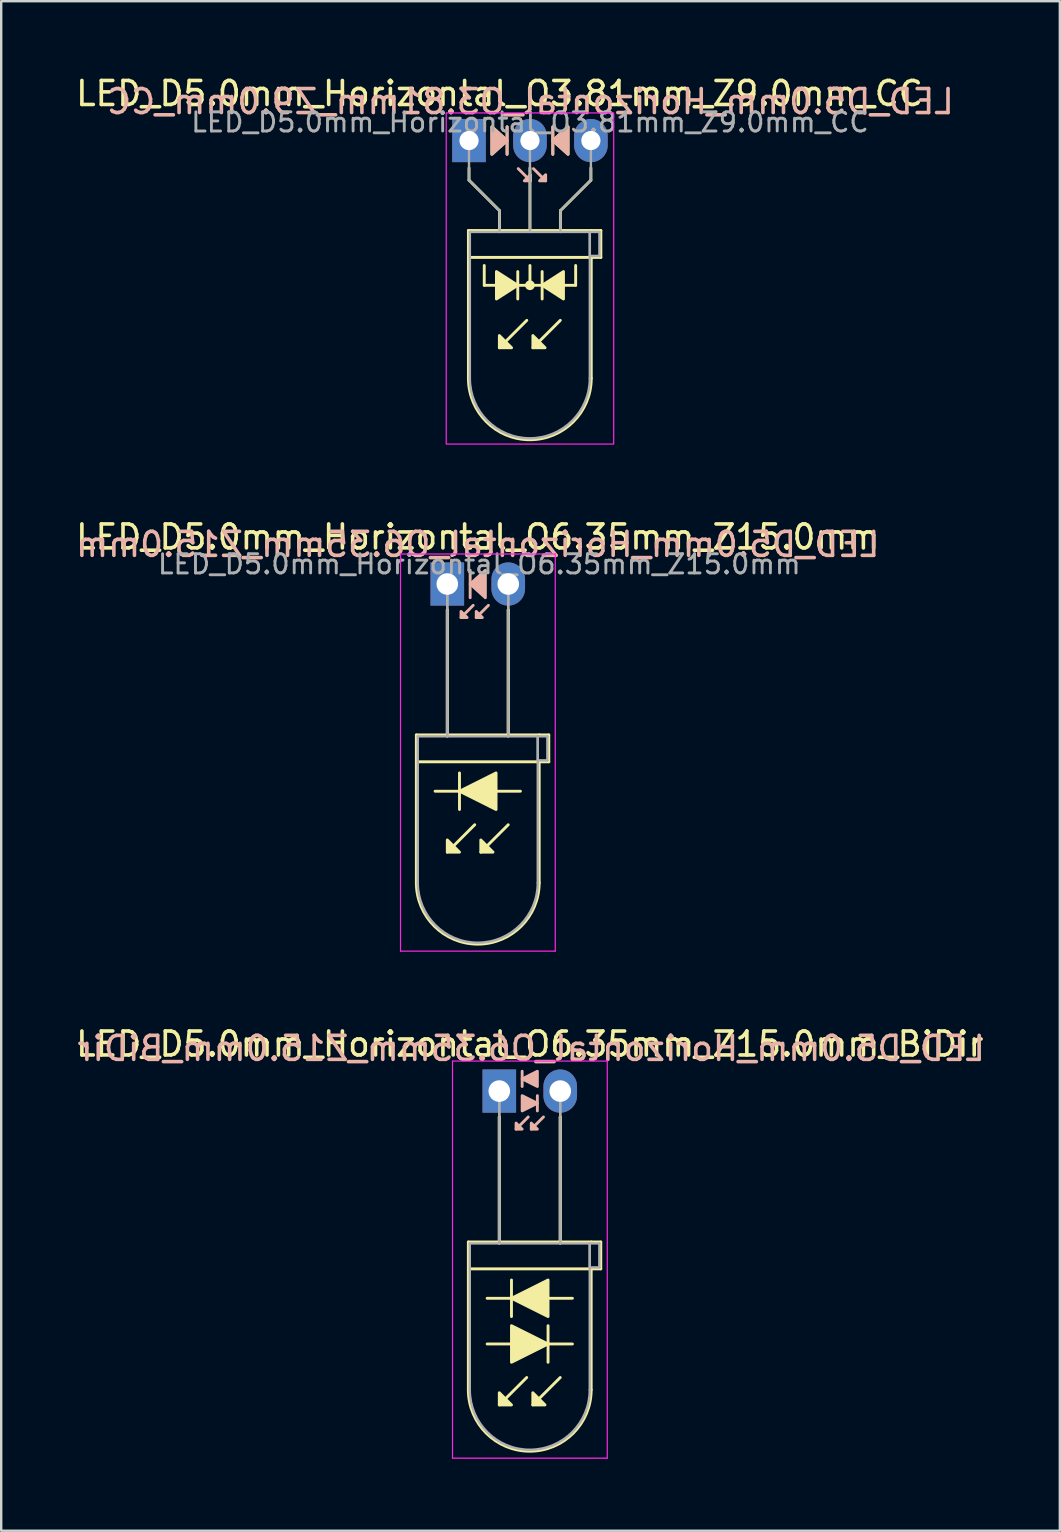
<source format=kicad_pcb>
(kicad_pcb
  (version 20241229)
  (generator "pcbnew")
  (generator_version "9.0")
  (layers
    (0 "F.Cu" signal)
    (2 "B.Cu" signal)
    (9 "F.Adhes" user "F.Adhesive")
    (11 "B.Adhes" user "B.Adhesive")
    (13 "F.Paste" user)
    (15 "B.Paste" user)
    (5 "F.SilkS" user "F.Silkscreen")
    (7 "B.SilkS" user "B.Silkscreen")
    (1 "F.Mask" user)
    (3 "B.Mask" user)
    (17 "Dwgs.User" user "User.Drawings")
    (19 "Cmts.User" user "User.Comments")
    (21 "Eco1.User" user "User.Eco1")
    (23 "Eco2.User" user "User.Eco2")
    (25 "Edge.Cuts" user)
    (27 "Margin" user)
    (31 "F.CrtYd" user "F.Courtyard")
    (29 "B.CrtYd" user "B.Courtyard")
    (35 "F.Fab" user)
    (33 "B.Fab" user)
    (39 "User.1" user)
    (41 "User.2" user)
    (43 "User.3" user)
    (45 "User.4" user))
  (footprint "LED_D5.0mm_Horizontal_O6.35mm_Z15.0mm"
    (layer "F.Cu")
    (at 15.593 21.291)
    (property "Reference" "LED_D5.0mm_Horizontal_O6.35mm_Z15.0mm" (at 1.27 -1.96 0) (layer "F.SilkS") (effects (font (size 1 1) (thickness 0.15))))
    (fp_line (start -1.29 6.29) (end -1.29 12.45) (stroke (width 0.12) (type solid)) (layer "F.SilkS"))
    (fp_line (start -1.29 6.29) (end 3.83 6.29) (stroke (width 0.12) (type solid)) (layer "F.SilkS"))
    (fp_line (start 0 1.08) (end 0 1.08) (stroke (width 0.12) (type solid)) (layer "F.SilkS"))
    (fp_line (start 0 1.08) (end 0 6.29) (stroke (width 0.12) (type solid)) (layer "F.SilkS"))
    (fp_line (start 0 6.29) (end 0 1.08) (stroke (width 0.12) (type solid)) (layer "F.SilkS"))
    (fp_line (start 0 6.29) (end 0 6.29) (stroke (width 0.12) (type solid)) (layer "F.SilkS"))
    (fp_line (start 0.508 7.874) (end 0.508 9.398) (stroke (width 0.12) (type solid)) (layer "F.SilkS"))
    (fp_line (start 0.508 8.636) (end -0.508 8.636) (stroke (width 0.12) (type solid)) (layer "F.SilkS"))
    (fp_line (start 1.143 10.033) (end 0 11.176) (stroke (width 0.12) (type solid)) (layer "F.SilkS"))
    (fp_line (start 2.54 1.08) (end 2.54 1.08) (stroke (width 0.12) (type solid)) (layer "F.SilkS"))
    (fp_line (start 2.54 1.08) (end 2.54 6.29) (stroke (width 0.12) (type solid)) (layer "F.SilkS"))
    (fp_line (start 2.54 6.29) (end 2.54 1.08) (stroke (width 0.12) (type solid)) (layer "F.SilkS"))
    (fp_line (start 2.54 6.29) (end 2.54 6.29) (stroke (width 0.12) (type solid)) (layer "F.SilkS"))
    (fp_line (start 2.54 10.033) (end 1.397 11.176) (stroke (width 0.12) (type solid)) (layer "F.SilkS"))
    (fp_line (start 3.048 8.636) (end 2.032 8.636) (stroke (width 0.12) (type solid)) (layer "F.SilkS"))
    (fp_line (start 3.83 6.29) (end 4.23 6.29) (stroke (width 0.12) (type solid)) (layer "F.SilkS"))
    (fp_line (start 3.83 7.41) (end 3.83 12.45) (stroke (width 0.12) (type solid)) (layer "F.SilkS"))
    (fp_line (start 4.23 6.29) (end 4.23 7.41) (stroke (width 0.12) (type solid)) (layer "F.SilkS"))
    (fp_line (start 4.23 7.41) (end -1.27 7.41) (stroke (width 0.12) (type solid)) (layer "F.SilkS"))
    (fp_arc (start 3.83 12.45) (mid 1.27 15.01) (end -1.29 12.45) (stroke (width 0.12) (type solid)) (layer "F.SilkS"))
    (fp_poly (pts (xy 0 10.668) (xy 0.508 11.176) (xy 0 11.176)) (stroke (width 0.12) (type solid)) (fill yes) (layer "F.SilkS"))
    (fp_poly (pts (xy 1.397 10.668) (xy 1.905 11.176) (xy 1.397 11.176)) (stroke (width 0.12) (type solid)) (fill yes) (layer "F.SilkS"))
    (fp_poly (pts (xy 2.032 9.398) (xy 0.508 8.636) (xy 2.032 7.874)) (stroke (width 0.12) (type solid)) (fill yes) (layer "F.SilkS"))
    (fp_line (start 0.953 -0.572) (end 0.953 0.572) (stroke (width 0.12) (type solid)) (layer "B.SilkS"))
    (fp_line (start 1.079 0.889) (end 0.572 1.397) (stroke (width 0.12) (type solid)) (layer "B.SilkS"))
    (fp_line (start 1.714 0.889) (end 1.206 1.397) (stroke (width 0.12) (type solid)) (layer "B.SilkS"))
    (fp_poly (pts (xy 0.572 1.143) (xy 0.826 1.397) (xy 0.572 1.397)) (stroke (width 0.12) (type solid)) (fill yes) (layer "B.SilkS"))
    (fp_poly (pts (xy 1.206 1.143) (xy 1.46 1.397) (xy 1.206 1.397)) (stroke (width 0.12) (type solid)) (fill yes) (layer "B.SilkS"))
    (fp_poly (pts (xy 1.587 0.572) (xy 0.953 0) (xy 1.587 -0.572)) (stroke (width 0.12) (type solid)) (fill yes) (layer "B.SilkS"))
    (fp_line (start -1.95 -1.25) (end -1.95 15.3) (stroke (width 0.05) (type solid)) (layer "F.CrtYd"))
    (fp_line (start -1.95 15.3) (end 4.5 15.3) (stroke (width 0.05) (type solid)) (layer "F.CrtYd"))
    (fp_line (start 4.5 -1.25) (end -1.95 -1.25) (stroke (width 0.05) (type solid)) (layer "F.CrtYd"))
    (fp_line (start 4.5 15.3) (end 4.5 -1.25) (stroke (width 0.05) (type solid)) (layer "F.CrtYd"))
    (fp_line (start -1.23 6.35) (end -1.23 12.45) (stroke (width 0.1) (type solid)) (layer "F.Fab"))
    (fp_line (start -1.23 6.35) (end 3.77 6.35) (stroke (width 0.1) (type solid)) (layer "F.Fab"))
    (fp_line (start 0 0) (end 0 0) (stroke (width 0.1) (type solid)) (layer "F.Fab"))
    (fp_line (start 0 0) (end 0 6.35) (stroke (width 0.1) (type solid)) (layer "F.Fab"))
    (fp_line (start 0 6.35) (end 0 0) (stroke (width 0.1) (type solid)) (layer "F.Fab"))
    (fp_line (start 0 6.35) (end 0 6.35) (stroke (width 0.1) (type solid)) (layer "F.Fab"))
    (fp_line (start 2.54 0) (end 2.54 0) (stroke (width 0.1) (type solid)) (layer "F.Fab"))
    (fp_line (start 2.54 0) (end 2.54 6.35) (stroke (width 0.1) (type solid)) (layer "F.Fab"))
    (fp_line (start 2.54 6.35) (end 2.54 0) (stroke (width 0.1) (type solid)) (layer "F.Fab"))
    (fp_line (start 2.54 6.35) (end 2.54 6.35) (stroke (width 0.1) (type solid)) (layer "F.Fab"))
    (fp_line (start 3.77 6.35) (end 3.77 12.45) (stroke (width 0.1) (type solid)) (layer "F.Fab"))
    (fp_line (start 3.77 6.35) (end 4.17 6.35) (stroke (width 0.1) (type solid)) (layer "F.Fab"))
    (fp_line (start 3.77 7.35) (end 3.77 6.35) (stroke (width 0.1) (type solid)) (layer "F.Fab"))
    (fp_line (start 4.17 6.35) (end 4.17 7.35) (stroke (width 0.1) (type solid)) (layer "F.Fab"))
    (fp_line (start 4.17 7.35) (end 3.77 7.35) (stroke (width 0.1) (type solid)) (layer "F.Fab"))
    (fp_arc (start 3.77 12.45) (mid 1.27 14.95) (end -1.23 12.45) (stroke (width 0.1) (type solid)) (layer "F.Fab"))
    (fp_text user "${REFERENCE}" (at 1.27 -1.651 0) (layer "B.SilkS") (effects (font (size 1 1) (thickness 0.15)) (justify mirror)))
    (fp_text user "${REFERENCE}" (at 1.333 -0.826 0) (layer "F.Fab") (effects (font (size 0.8 0.8) (thickness 0.12))))
    (pad "1" thru_hole rect (at 0 0) (size 1.4 1.8) (drill 0.9) (layers "*.Cu" "*.Mask"))
    (pad "2" thru_hole oval (at 2.54 0) (size 1.4 1.8) (drill 0.9) (layers "*.Cu" "*.Mask")))
  (footprint "LED_D5.0mm_Horizontal_O3.81mm_Z9.0mm_CC"
    (layer "F.Cu")
    (at 16.498 2.808)
    (property "Reference" "LED_D5.0mm_Horizontal_O3.81mm_Z9.0mm_CC" (at 1.27 -1.96 0) (layer "F.SilkS") (effects (font (size 1 1) (thickness 0.15))))
    (fp_line (start -0.025 3.75) (end -0.025 9.91) (stroke (width 0.12) (type solid)) (layer "F.SilkS"))
    (fp_line (start -0.025 3.75) (end 5.095 3.75) (stroke (width 0.12) (type solid)) (layer "F.SilkS"))
    (fp_line (start 0 1.143) (end 0 1.651) (stroke (width 0.12) (type default)) (layer "F.SilkS"))
    (fp_line (start 0 1.651) (end 1.27 2.921) (stroke (width 0.12) (type default)) (layer "F.SilkS"))
    (fp_line (start 0.635 6.032) (end 0.635 5.207) (stroke (width 0.12) (type default)) (layer "F.SilkS"))
    (fp_line (start 0.635 6.032) (end 4.445 6.032) (stroke (width 0.12) (type default)) (layer "F.SilkS"))
    (fp_line (start 1.265 3.75) (end 1.265 3.75) (stroke (width 0.12) (type solid)) (layer "F.SilkS"))
    (fp_line (start 1.27 2.921) (end 1.27 3.75) (stroke (width 0.12) (type default)) (layer "F.SilkS"))
    (fp_line (start 1.587 0.572) (end 1.587 -0.572) (stroke (width 0.12) (type solid)) (layer "F.SilkS"))
    (fp_line (start 2.032 6.604) (end 2.032 5.461) (stroke (width 0.12) (type solid)) (layer "F.SilkS"))
    (fp_line (start 2.408 7.493) (end 1.265 8.636) (stroke (width 0.12) (type solid)) (layer "F.SilkS"))
    (fp_line (start 2.54 3.75) (end 2.54 1.143) (stroke (width 0.12) (type default)) (layer "F.SilkS"))
    (fp_line (start 2.54 6.032) (end 2.54 5.207) (stroke (width 0.12) (type default)) (layer "F.SilkS"))
    (fp_line (start 3.048 5.461) (end 3.048 6.604) (stroke (width 0.12) (type solid)) (layer "F.SilkS"))
    (fp_line (start 3.493 -0.572) (end 3.493 0.572) (stroke (width 0.12) (type solid)) (layer "F.SilkS"))
    (fp_line (start 3.805 3.75) (end 3.805 3.75) (stroke (width 0.12) (type solid)) (layer "F.SilkS"))
    (fp_line (start 3.805 7.493) (end 2.662 8.636) (stroke (width 0.12) (type solid)) (layer "F.SilkS"))
    (fp_line (start 3.81 2.921) (end 3.81 3.75) (stroke (width 0.12) (type default)) (layer "F.SilkS"))
    (fp_line (start 4.445 6.032) (end 4.445 5.207) (stroke (width 0.12) (type default)) (layer "F.SilkS"))
    (fp_line (start 5.08 1.143) (end 5.08 1.651) (stroke (width 0.12) (type default)) (layer "F.SilkS"))
    (fp_line (start 5.08 1.651) (end 3.81 2.921) (stroke (width 0.12) (type default)) (layer "F.SilkS"))
    (fp_line (start 5.095 3.75) (end 5.495 3.75) (stroke (width 0.12) (type solid)) (layer "F.SilkS"))
    (fp_line (start 5.095 4.87) (end 5.095 9.91) (stroke (width 0.12) (type solid)) (layer "F.SilkS"))
    (fp_line (start 5.495 3.75) (end 5.495 4.87) (stroke (width 0.12) (type solid)) (layer "F.SilkS"))
    (fp_line (start 5.495 4.87) (end -0.005 4.87) (stroke (width 0.12) (type solid)) (layer "F.SilkS"))
    (fp_arc (start 5.095 9.91) (mid 2.535 12.47) (end -0.025 9.91) (stroke (width 0.12) (type solid)) (layer "F.SilkS"))
    (fp_circle (center 2.54 6.032) (end 2.682 6.032) (stroke (width 0.12) (type solid)) (fill yes) (layer "F.SilkS"))
    (fp_poly (pts (xy 0.953 -0.572) (xy 1.587 0) (xy 0.953 0.572)) (stroke (width 0.12) (type solid)) (fill yes) (layer "F.SilkS"))
    (fp_poly (pts (xy 1.143 5.461) (xy 2.032 6.032) (xy 1.143 6.604)) (stroke (width 0.12) (type solid)) (fill yes) (layer "F.SilkS"))
    (fp_poly (pts (xy 1.265 8.128) (xy 1.773 8.636) (xy 1.265 8.636)) (stroke (width 0.12) (type solid)) (fill yes) (layer "F.SilkS"))
    (fp_poly (pts (xy 2.662 8.128) (xy 3.17 8.636) (xy 2.662 8.636)) (stroke (width 0.12) (type solid)) (fill yes) (layer "F.SilkS"))
    (fp_poly (pts (xy 3.937 6.604) (xy 3.048 6.032) (xy 3.937 5.461)) (stroke (width 0.12) (type solid)) (fill yes) (layer "F.SilkS"))
    (fp_poly (pts (xy 4.128 0.572) (xy 3.493 0) (xy 4.128 -0.572)) (stroke (width 0.12) (type solid)) (fill yes) (layer "F.SilkS"))
    (fp_line (start 1.587 0.572) (end 1.587 -0.572) (stroke (width 0.12) (type solid)) (layer "B.SilkS"))
    (fp_line (start 2.559 1.679) (end 2.051 1.171) (stroke (width 0.12) (type solid)) (layer "B.SilkS"))
    (fp_line (start 3.194 1.679) (end 2.686 1.171) (stroke (width 0.12) (type solid)) (layer "B.SilkS"))
    (fp_line (start 3.493 -0.572) (end 3.493 0.572) (stroke (width 0.12) (type solid)) (layer "B.SilkS"))
    (fp_poly (pts (xy 0.953 0.572) (xy 1.587 0) (xy 0.953 -0.572)) (stroke (width 0.12) (type solid)) (fill yes) (layer "B.SilkS"))
    (fp_poly (pts (xy 2.559 1.425) (xy 2.305 1.679) (xy 2.559 1.679)) (stroke (width 0.12) (type solid)) (fill yes) (layer "B.SilkS"))
    (fp_poly (pts (xy 3.194 1.425) (xy 2.94 1.679) (xy 3.194 1.679)) (stroke (width 0.12) (type solid)) (fill yes) (layer "B.SilkS"))
    (fp_poly (pts (xy 4.128 0.572) (xy 3.493 0) (xy 4.128 -0.572)) (stroke (width 0.12) (type solid)) (fill yes) (layer "B.SilkS"))
    (fp_rect (start -0.95 -1.15) (end 6.03 12.65) (stroke (width 0.05) (type default)) (fill no) (layer "F.CrtYd"))
    (fp_line (start 0 0) (end 0 0) (stroke (width 0.1) (type solid)) (layer "F.Fab"))
    (fp_line (start 0 1.651) (end 0 0) (stroke (width 0.1) (type default)) (layer "F.Fab"))
    (fp_line (start 0.035 3.81) (end 0.035 9.91) (stroke (width 0.1) (type solid)) (layer "F.Fab"))
    (fp_line (start 0.035 3.81) (end 5.035 3.81) (stroke (width 0.1) (type solid)) (layer "F.Fab"))
    (fp_line (start 1.265 3.81) (end 1.265 3.81) (stroke (width 0.1) (type solid)) (layer "F.Fab"))
    (fp_line (start 1.27 2.921) (end 0 1.651) (stroke (width 0.1) (type default)) (layer "F.Fab"))
    (fp_line (start 1.27 2.921) (end 1.27 3.81) (stroke (width 0.1) (type default)) (layer "F.Fab"))
    (fp_line (start 2.54 0) (end 2.54 0) (stroke (width 0.1) (type solid)) (layer "F.Fab"))
    (fp_line (start 2.54 0) (end 2.54 3.81) (stroke (width 0.1) (type default)) (layer "F.Fab"))
    (fp_line (start 3.805 3.81) (end 3.805 3.81) (stroke (width 0.1) (type solid)) (layer "F.Fab"))
    (fp_line (start 3.81 2.921) (end 3.81 3.81) (stroke (width 0.1) (type default)) (layer "F.Fab"))
    (fp_line (start 3.81 2.921) (end 5.08 1.651) (stroke (width 0.1) (type default)) (layer "F.Fab"))
    (fp_line (start 5.035 3.81) (end 5.035 9.91) (stroke (width 0.1) (type solid)) (layer "F.Fab"))
    (fp_line (start 5.035 3.81) (end 5.435 3.81) (stroke (width 0.1) (type solid)) (layer "F.Fab"))
    (fp_line (start 5.035 4.81) (end 5.035 3.81) (stroke (width 0.1) (type solid)) (layer "F.Fab"))
    (fp_line (start 5.08 1.651) (end 5.08 0) (stroke (width 0.1) (type default)) (layer "F.Fab"))
    (fp_line (start 5.435 3.81) (end 5.435 4.81) (stroke (width 0.1) (type solid)) (layer "F.Fab"))
    (fp_line (start 5.435 4.81) (end 5.035 4.81) (stroke (width 0.1) (type solid)) (layer "F.Fab"))
    (fp_arc (start 5.035 9.91) (mid 2.535 12.41) (end 0.035 9.91) (stroke (width 0.1) (type solid)) (layer "F.Fab"))
    (fp_text user "${REFERENCE}" (at 2.559 -1.623 0) (layer "B.SilkS") (effects (font (size 1 1) (thickness 0.15)) (justify mirror)))
    (fp_text user "${REFERENCE}" (at 2.54 -0.762 0) (layer "F.Fab") (effects (font (size 0.8 0.8) (thickness 0.12))))
    (pad "1" thru_hole rect (at 0 0) (size 1.4 1.8) (drill 0.8) (layers "*.Cu" "*.Mask"))
    (pad "2" thru_hole oval (at 2.54 0) (size 1.4 1.8) (drill 0.8) (layers "*.Cu" "*.Mask"))
    (pad "3" thru_hole oval (at 5.08 0) (size 1.4 1.8) (drill 0.8) (layers "*.Cu" "*.Mask")))
  (footprint "LED_D5.0mm_Horizontal_O6.35mm_Z15.0mm_BiDir"
    (layer "F.Cu")
    (at 17.76 42.425)
    (property "Reference" "LED_D5.0mm_Horizontal_O6.35mm_Z15.0mm_BiDir" (at 1.27 -1.96 0) (layer "F.SilkS") (effects (font (size 1 1) (thickness 0.15))))
    (fp_line (start -1.29 6.29) (end -1.29 12.45) (stroke (width 0.12) (type solid)) (layer "F.SilkS"))
    (fp_line (start -1.29 6.29) (end 3.83 6.29) (stroke (width 0.12) (type solid)) (layer "F.SilkS"))
    (fp_line (start -0.508 10.541) (end 0.508 10.541) (stroke (width 0.12) (type solid)) (layer "F.SilkS"))
    (fp_line (start 0 1.08) (end 0 1.08) (stroke (width 0.12) (type solid)) (layer "F.SilkS"))
    (fp_line (start 0 1.08) (end 0 6.29) (stroke (width 0.12) (type solid)) (layer "F.SilkS"))
    (fp_line (start 0 6.29) (end 0 1.08) (stroke (width 0.12) (type solid)) (layer "F.SilkS"))
    (fp_line (start 0 6.29) (end 0 6.29) (stroke (width 0.12) (type solid)) (layer "F.SilkS"))
    (fp_line (start 0.508 7.874) (end 0.508 9.398) (stroke (width 0.12) (type solid)) (layer "F.SilkS"))
    (fp_line (start 0.508 8.636) (end -0.508 8.636) (stroke (width 0.12) (type solid)) (layer "F.SilkS"))
    (fp_line (start 1.143 11.938) (end 0 13.081) (stroke (width 0.12) (type solid)) (layer "F.SilkS"))
    (fp_line (start 2.032 10.541) (end 3.048 10.541) (stroke (width 0.12) (type solid)) (layer "F.SilkS"))
    (fp_line (start 2.032 11.303) (end 2.032 9.779) (stroke (width 0.12) (type solid)) (layer "F.SilkS"))
    (fp_line (start 2.54 1.08) (end 2.54 1.08) (stroke (width 0.12) (type solid)) (layer "F.SilkS"))
    (fp_line (start 2.54 1.08) (end 2.54 6.29) (stroke (width 0.12) (type solid)) (layer "F.SilkS"))
    (fp_line (start 2.54 6.29) (end 2.54 1.08) (stroke (width 0.12) (type solid)) (layer "F.SilkS"))
    (fp_line (start 2.54 6.29) (end 2.54 6.29) (stroke (width 0.12) (type solid)) (layer "F.SilkS"))
    (fp_line (start 2.54 11.938) (end 1.397 13.081) (stroke (width 0.12) (type solid)) (layer "F.SilkS"))
    (fp_line (start 3.048 8.636) (end 2.032 8.636) (stroke (width 0.12) (type solid)) (layer "F.SilkS"))
    (fp_line (start 3.83 6.29) (end 4.23 6.29) (stroke (width 0.12) (type solid)) (layer "F.SilkS"))
    (fp_line (start 3.83 7.41) (end 3.83 12.45) (stroke (width 0.12) (type solid)) (layer "F.SilkS"))
    (fp_line (start 4.23 6.29) (end 4.23 7.41) (stroke (width 0.12) (type solid)) (layer "F.SilkS"))
    (fp_line (start 4.23 7.41) (end -1.27 7.41) (stroke (width 0.12) (type solid)) (layer "F.SilkS"))
    (fp_arc (start 3.83 12.45) (mid 1.27 15.01) (end -1.29 12.45) (stroke (width 0.12) (type solid)) (layer "F.SilkS"))
    (fp_poly (pts (xy 0 12.573) (xy 0.508 13.081) (xy 0 13.081)) (stroke (width 0.12) (type solid)) (fill yes) (layer "F.SilkS"))
    (fp_poly (pts (xy 0.508 9.779) (xy 2.032 10.541) (xy 0.508 11.303)) (stroke (width 0.12) (type solid)) (fill yes) (layer "F.SilkS"))
    (fp_poly (pts (xy 1.397 12.573) (xy 1.905 13.081) (xy 1.397 13.081)) (stroke (width 0.12) (type solid)) (fill yes) (layer "F.SilkS"))
    (fp_poly (pts (xy 2.032 9.398) (xy 0.508 8.636) (xy 2.032 7.874)) (stroke (width 0.12) (type solid)) (fill yes) (layer "F.SilkS"))
    (fp_line (start 0.953 -0.826) (end 0.953 -0.191) (stroke (width 0.12) (type solid)) (layer "B.SilkS"))
    (fp_line (start 1.206 1.079) (end 0.699 1.587) (stroke (width 0.12) (type solid)) (layer "B.SilkS"))
    (fp_line (start 1.587 0.826) (end 1.587 0.191) (stroke (width 0.12) (type solid)) (layer "B.SilkS"))
    (fp_line (start 1.841 1.079) (end 1.333 1.587) (stroke (width 0.12) (type solid)) (layer "B.SilkS"))
    (fp_poly (pts (xy 0.699 1.333) (xy 0.953 1.587) (xy 0.699 1.587)) (stroke (width 0.12) (type solid)) (fill yes) (layer "B.SilkS"))
    (fp_poly (pts (xy 0.953 0.191) (xy 1.587 0.508) (xy 0.953 0.826)) (stroke (width 0.12) (type solid)) (fill yes) (layer "B.SilkS"))
    (fp_poly (pts (xy 1.333 1.333) (xy 1.587 1.587) (xy 1.333 1.587)) (stroke (width 0.12) (type solid)) (fill yes) (layer "B.SilkS"))
    (fp_poly (pts (xy 1.587 -0.191) (xy 0.953 -0.508) (xy 1.587 -0.826)) (stroke (width 0.12) (type solid)) (fill yes) (layer "B.SilkS"))
    (fp_line (start -1.95 -1.25) (end -1.95 15.3) (stroke (width 0.05) (type solid)) (layer "F.CrtYd"))
    (fp_line (start -1.95 15.3) (end 4.5 15.3) (stroke (width 0.05) (type solid)) (layer "F.CrtYd"))
    (fp_line (start 4.5 -1.25) (end -1.95 -1.25) (stroke (width 0.05) (type solid)) (layer "F.CrtYd"))
    (fp_line (start 4.5 15.3) (end 4.5 -1.25) (stroke (width 0.05) (type solid)) (layer "F.CrtYd"))
    (fp_line (start -1.23 6.35) (end -1.23 12.45) (stroke (width 0.1) (type solid)) (layer "F.Fab"))
    (fp_line (start -1.23 6.35) (end 3.77 6.35) (stroke (width 0.1) (type solid)) (layer "F.Fab"))
    (fp_line (start 0 0) (end 0 0) (stroke (width 0.1) (type solid)) (layer "F.Fab"))
    (fp_line (start 0 0) (end 0 6.35) (stroke (width 0.1) (type solid)) (layer "F.Fab"))
    (fp_line (start 0 6.35) (end 0 0) (stroke (width 0.1) (type solid)) (layer "F.Fab"))
    (fp_line (start 0 6.35) (end 0 6.35) (stroke (width 0.1) (type solid)) (layer "F.Fab"))
    (fp_line (start 2.54 0) (end 2.54 0) (stroke (width 0.1) (type solid)) (layer "F.Fab"))
    (fp_line (start 2.54 0) (end 2.54 6.35) (stroke (width 0.1) (type solid)) (layer "F.Fab"))
    (fp_line (start 2.54 6.35) (end 2.54 0) (stroke (width 0.1) (type solid)) (layer "F.Fab"))
    (fp_line (start 2.54 6.35) (end 2.54 6.35) (stroke (width 0.1) (type solid)) (layer "F.Fab"))
    (fp_line (start 3.77 6.35) (end 3.77 12.45) (stroke (width 0.1) (type solid)) (layer "F.Fab"))
    (fp_line (start 3.77 6.35) (end 4.17 6.35) (stroke (width 0.1) (type solid)) (layer "F.Fab"))
    (fp_line (start 3.77 7.35) (end 3.77 6.35) (stroke (width 0.1) (type solid)) (layer "F.Fab"))
    (fp_line (start 4.17 6.35) (end 4.17 7.35) (stroke (width 0.1) (type solid)) (layer "F.Fab"))
    (fp_line (start 4.17 7.35) (end 3.77 7.35) (stroke (width 0.1) (type solid)) (layer "F.Fab"))
    (fp_arc (start 3.77 12.45) (mid 1.27 14.95) (end -1.23 12.45) (stroke (width 0.1) (type solid)) (layer "F.Fab"))
    (fp_text user "${REFERENCE}" (at 1.333 -1.778 0) (layer "B.SilkS") (effects (font (size 1 1) (thickness 0.15)) (justify mirror)))
    (pad "1" thru_hole rect (at 0 0) (size 1.4 1.8) (drill 0.9) (layers "*.Cu" "*.Mask"))
    (pad "2" thru_hole oval (at 2.54 0) (size 1.4 1.8) (drill 0.9) (layers "*.Cu" "*.Mask")))
  (gr_rect
    (start -3 -3)
    (end 41.123 60.75)
    (stroke (width 0.1) (type default))
    (fill no)
    (layer "Edge.Cuts")))
</source>
